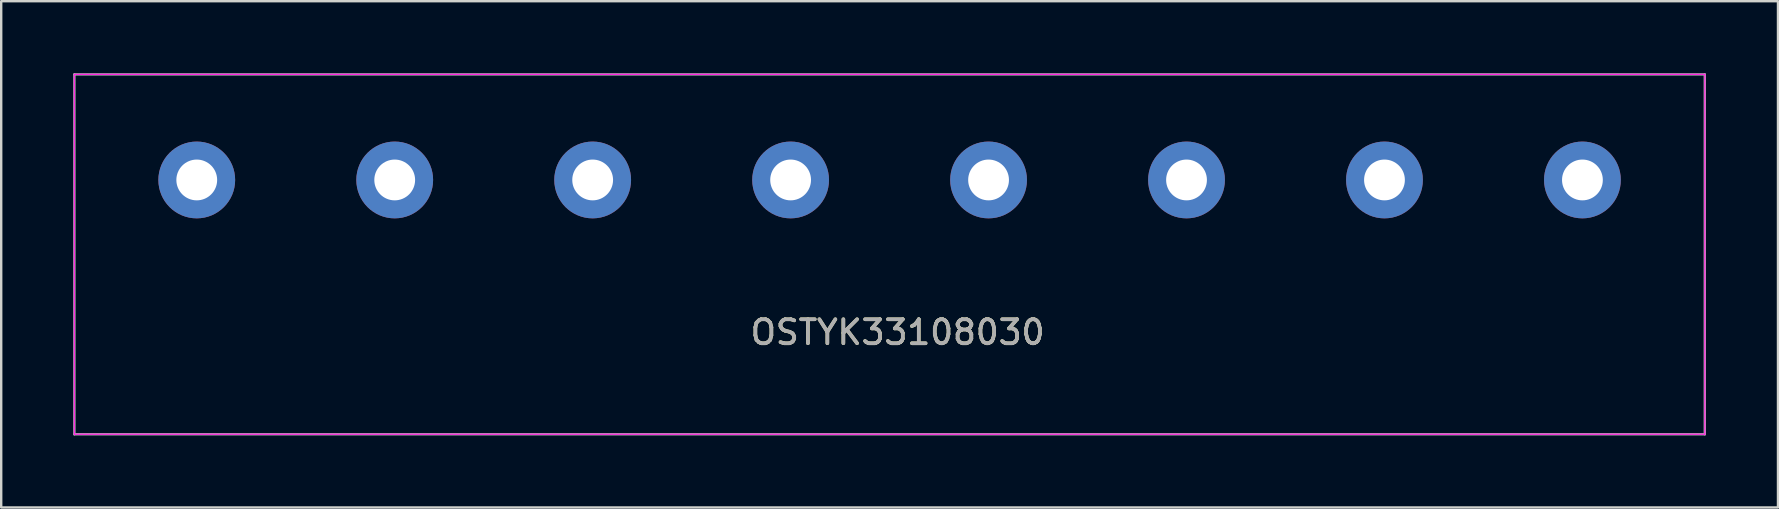
<source format=kicad_pcb>
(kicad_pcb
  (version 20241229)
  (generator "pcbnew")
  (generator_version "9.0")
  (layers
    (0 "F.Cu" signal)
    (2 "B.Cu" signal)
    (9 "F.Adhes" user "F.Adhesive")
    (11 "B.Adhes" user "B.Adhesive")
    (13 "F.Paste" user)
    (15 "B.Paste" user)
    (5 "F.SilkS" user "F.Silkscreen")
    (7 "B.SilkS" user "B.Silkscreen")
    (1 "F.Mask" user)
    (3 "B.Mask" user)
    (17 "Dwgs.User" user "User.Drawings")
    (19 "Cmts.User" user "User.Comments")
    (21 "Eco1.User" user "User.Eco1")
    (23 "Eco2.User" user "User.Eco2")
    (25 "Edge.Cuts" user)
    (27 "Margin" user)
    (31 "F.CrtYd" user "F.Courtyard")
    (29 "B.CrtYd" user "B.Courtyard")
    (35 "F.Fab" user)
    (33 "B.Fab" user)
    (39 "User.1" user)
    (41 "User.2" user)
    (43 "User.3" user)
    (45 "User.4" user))
  (footprint "OSTYK33108030"
    (layer "F.Cu")
    (at 5.15 4.45)
    (property "Reference" "OSTYK33108030" (at 29.21 6.35 0) (layer "F.SilkS") (effects (font (size 1 1) (thickness 0.15))))
    (attr through_hole)
    (fp_line (start -5.1 -4.4) (end -5.1 10.6) (stroke (width 0.05) (type solid)) (layer "F.CrtYd"))
    (fp_line (start -5.1 -4.4) (end 62.85 -4.4) (stroke (width 0.05) (type solid)) (layer "F.CrtYd"))
    (fp_line (start 62.85 10.6) (end -5.1 10.6) (stroke (width 0.05) (type solid)) (layer "F.CrtYd"))
    (fp_line (start 62.85 10.6) (end 62.85 -4.4) (stroke (width 0.05) (type solid)) (layer "F.CrtYd"))
    (fp_line (start -5.1 10.6) (end -5.1 -4.4) (stroke (width 0.1) (type solid)) (layer "F.Fab"))
    (fp_line (start 62.85 -4.4) (end -5.1 -4.4) (stroke (width 0.1) (type solid)) (layer "F.Fab"))
    (fp_line (start 62.85 10.6) (end -5.1 10.6) (stroke (width 0.1) (type solid)) (layer "F.Fab"))
    (fp_line (start 62.85 10.6) (end 62.85 -4.4) (stroke (width 0.1) (type solid)) (layer "F.Fab"))
    (fp_text user "${REFERENCE}" (at 29.21 6.35 0) (layer "F.Fab") (effects (font (size 1 1) (thickness 0.15))))
    (pad "1" thru_hole circle (at 0 0) (size 3.2 3.2) (drill 1.7) (layers "*.Cu" "*.Mask"))
    (pad "2" thru_hole circle (at 8.25 0) (size 3.2 3.2) (drill 1.7) (layers "*.Cu" "*.Mask"))
    (pad "3" thru_hole circle (at 16.5 0) (size 3.2 3.2) (drill 1.7) (layers "*.Cu" "*.Mask"))
    (pad "4" thru_hole circle (at 24.75 0) (size 3.2 3.2) (drill 1.7) (layers "*.Cu" "*.Mask"))
    (pad "5" thru_hole circle (at 33 0) (size 3.2 3.2) (drill 1.7) (layers "*.Cu" "*.Mask"))
    (pad "6" thru_hole circle (at 41.25 0) (size 3.2 3.2) (drill 1.7) (layers "*.Cu" "*.Mask"))
    (pad "7" thru_hole circle (at 49.5 0) (size 3.2 3.2) (drill 1.7) (layers "*.Cu" "*.Mask"))
    (pad "8" thru_hole circle (at 57.75 0) (size 3.2 3.2) (drill 1.7) (layers "*.Cu" "*.Mask")))
  (gr_rect
    (start -3 -3)
    (end 71.05 18.1)
    (stroke (width 0.1) (type default))
    (fill no)
    (layer "Edge.Cuts")))
</source>
